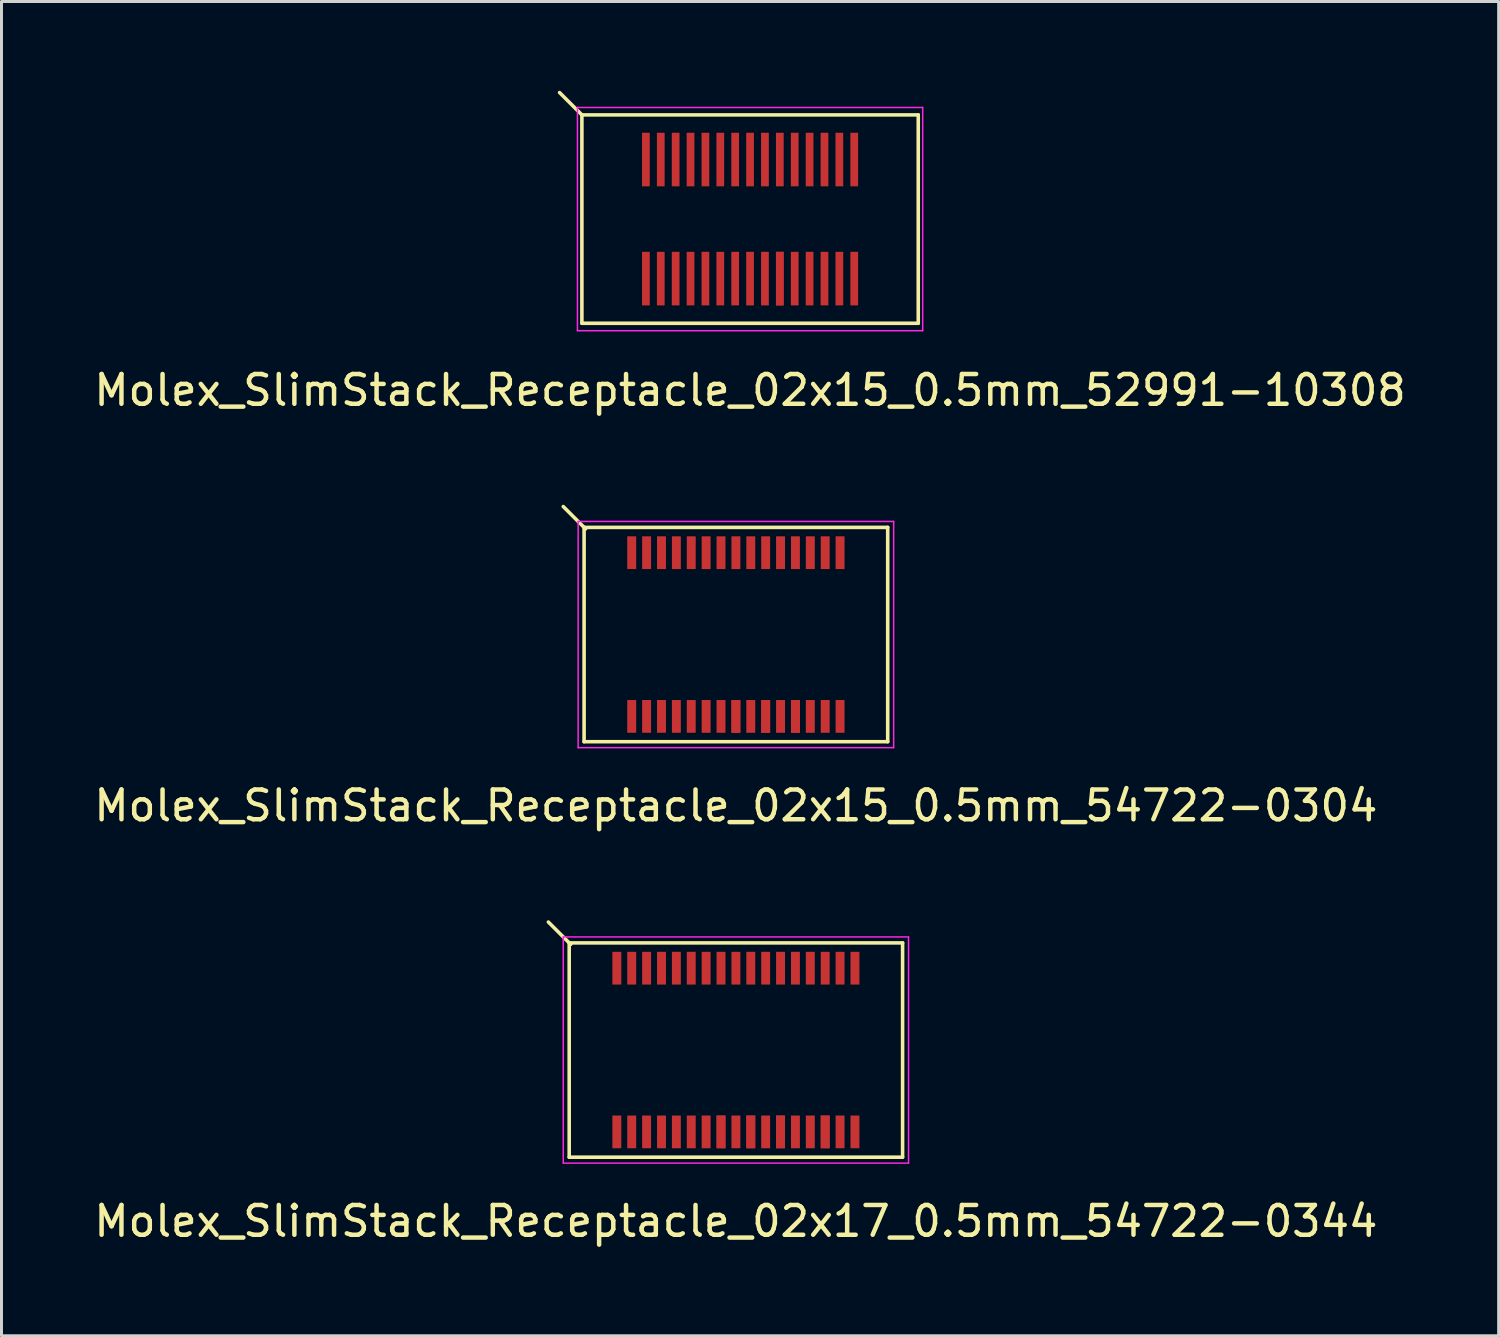
<source format=kicad_pcb>
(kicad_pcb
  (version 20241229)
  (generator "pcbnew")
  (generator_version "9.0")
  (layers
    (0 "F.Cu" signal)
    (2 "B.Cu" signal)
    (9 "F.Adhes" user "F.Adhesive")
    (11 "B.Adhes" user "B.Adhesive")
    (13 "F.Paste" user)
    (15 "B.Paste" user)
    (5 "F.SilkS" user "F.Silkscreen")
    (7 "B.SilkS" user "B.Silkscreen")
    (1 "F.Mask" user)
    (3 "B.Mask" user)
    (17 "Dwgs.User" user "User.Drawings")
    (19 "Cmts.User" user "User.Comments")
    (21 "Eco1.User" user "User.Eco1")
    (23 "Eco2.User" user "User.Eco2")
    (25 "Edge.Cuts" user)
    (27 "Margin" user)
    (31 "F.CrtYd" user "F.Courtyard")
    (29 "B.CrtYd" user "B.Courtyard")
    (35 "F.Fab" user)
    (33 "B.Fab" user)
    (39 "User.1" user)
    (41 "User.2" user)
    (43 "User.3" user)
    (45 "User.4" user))
  (footprint "Molex_SlimStack_Receptacle_02x17_0.5mm_54722-0344"
    (layer "F.Cu")
    (at 21.673 32.227)
    (property "Reference" "Molex_SlimStack_Receptacle_02x17_0.5mm_54722-0344" (at 0 5.75 0) (layer "F.SilkS") (effects (font (size 1 1) (thickness 0.15))))
    (attr smd)
    (fp_line (start -5.6 -3.6) (end -5.6 3.6) (stroke (width 0.12) (type solid)) (layer "F.SilkS"))
    (fp_line (start -5.6 3.6) (end 5.6 3.6) (stroke (width 0.12) (type solid)) (layer "F.SilkS"))
    (fp_line (start -5.55 -3.55) (end -6.3 -4.3) (stroke (width 0.12) (type solid)) (layer "F.SilkS"))
    (fp_line (start 5.6 -3.6) (end -5.6 -3.6) (stroke (width 0.12) (type solid)) (layer "F.SilkS"))
    (fp_line (start 5.6 3.6) (end 5.6 -3.6) (stroke (width 0.12) (type solid)) (layer "F.SilkS"))
    (fp_line (start -5.8 -3.8) (end -5.8 3.8) (stroke (width 0.05) (type solid)) (layer "F.CrtYd"))
    (fp_line (start -5.8 3.8) (end 5.8 3.8) (stroke (width 0.05) (type solid)) (layer "F.CrtYd"))
    (fp_line (start 5.8 -3.8) (end -5.8 -3.8) (stroke (width 0.05) (type solid)) (layer "F.CrtYd"))
    (fp_line (start 5.8 3.8) (end 5.8 -3.8) (stroke (width 0.05) (type solid)) (layer "F.CrtYd"))
    (pad "1" smd rect (at -4 -2.75) (size 0.3 1.1) (layers "F.Cu" "F.Mask" "F.Paste"))
    (pad "2" smd rect (at -4 2.75) (size 0.3 1.1) (layers "F.Cu" "F.Mask" "F.Paste"))
    (pad "3" smd rect (at -3.5 -2.75) (size 0.3 1.1) (layers "F.Cu" "F.Mask" "F.Paste"))
    (pad "4" smd rect (at -3.5 2.75) (size 0.3 1.1) (layers "F.Cu" "F.Mask" "F.Paste"))
    (pad "5" smd rect (at -3 -2.75) (size 0.3 1.1) (layers "F.Cu" "F.Mask" "F.Paste"))
    (pad "6" smd rect (at -3 2.75) (size 0.3 1.1) (layers "F.Cu" "F.Mask" "F.Paste"))
    (pad "7" smd rect (at -2.5 -2.75) (size 0.3 1.1) (layers "F.Cu" "F.Mask" "F.Paste"))
    (pad "8" smd rect (at -2.5 2.75) (size 0.3 1.1) (layers "F.Cu" "F.Mask" "F.Paste"))
    (pad "9" smd rect (at -2 -2.75) (size 0.3 1.1) (layers "F.Cu" "F.Mask" "F.Paste"))
    (pad "10" smd rect (at -2 2.75) (size 0.3 1.1) (layers "F.Cu" "F.Mask" "F.Paste"))
    (pad "11" smd rect (at -1.5 -2.75) (size 0.3 1.1) (layers "F.Cu" "F.Mask" "F.Paste"))
    (pad "12" smd rect (at -1.5 2.75) (size 0.3 1.1) (layers "F.Cu" "F.Mask" "F.Paste"))
    (pad "13" smd rect (at -1 -2.75) (size 0.3 1.1) (layers "F.Cu" "F.Mask" "F.Paste"))
    (pad "14" smd rect (at -1 2.75) (size 0.3 1.1) (layers "F.Cu" "F.Mask" "F.Paste"))
    (pad "15" smd rect (at -0.5 -2.75) (size 0.3 1.1) (layers "F.Cu" "F.Mask" "F.Paste"))
    (pad "16" smd rect (at -0.5 2.75) (size 0.3 1.1) (layers "F.Cu" "F.Mask" "F.Paste"))
    (pad "16" smd rect (at -0.5 2.75) (size 0.3 1.1) (layers "F.Cu" "F.Mask" "F.Paste"))
    (pad "17" smd rect (at 0 -2.75) (size 0.3 1.1) (layers "F.Cu" "F.Mask" "F.Paste"))
    (pad "18" smd rect (at 0 2.75) (size 0.3 1.1) (layers "F.Cu" "F.Mask" "F.Paste"))
    (pad "19" smd rect (at 0.5 -2.75) (size 0.3 1.1) (layers "F.Cu" "F.Mask" "F.Paste"))
    (pad "20" smd rect (at 0.5 2.75) (size 0.3 1.1) (layers "F.Cu" "F.Mask" "F.Paste"))
    (pad "20" smd rect (at 0.5 2.75) (size 0.3 1.1) (layers "F.Cu" "F.Mask" "F.Paste"))
    (pad "21" smd rect (at 1 -2.75) (size 0.3 1.1) (layers "F.Cu" "F.Mask" "F.Paste"))
    (pad "22" smd rect (at 1 2.75) (size 0.3 1.1) (layers "F.Cu" "F.Mask" "F.Paste"))
    (pad "23" smd rect (at 1.5 -2.75) (size 0.3 1.1) (layers "F.Cu" "F.Mask" "F.Paste"))
    (pad "24" smd rect (at 1.5 2.75) (size 0.3 1.1) (layers "F.Cu" "F.Mask" "F.Paste"))
    (pad "24" smd rect (at 1.5 2.75) (size 0.3 1.1) (layers "F.Cu" "F.Mask" "F.Paste"))
    (pad "25" smd rect (at 2 -2.75) (size 0.3 1.1) (layers "F.Cu" "F.Mask" "F.Paste"))
    (pad "26" smd rect (at 2 2.75) (size 0.3 1.1) (layers "F.Cu" "F.Mask" "F.Paste"))
    (pad "27" smd rect (at 2.5 -2.75) (size 0.3 1.1) (layers "F.Cu" "F.Mask" "F.Paste"))
    (pad "28" smd rect (at 2.5 2.75) (size 0.3 1.1) (layers "F.Cu" "F.Mask" "F.Paste"))
    (pad "29" smd rect (at 3 -2.75) (size 0.3 1.1) (layers "F.Cu" "F.Mask" "F.Paste"))
    (pad "30" smd rect (at 3 2.75) (size 0.3 1.1) (layers "F.Cu" "F.Mask" "F.Paste"))
    (pad "30" smd rect (at 3 2.75) (size 0.3 1.1) (layers "F.Cu" "F.Mask" "F.Paste"))
    (pad "31" smd rect (at 3.5 -2.75) (size 0.3 1.1) (layers "F.Cu" "F.Mask" "F.Paste"))
    (pad "32" smd rect (at 3.5 2.75) (size 0.3 1.1) (layers "F.Cu" "F.Mask" "F.Paste"))
    (pad "33" smd rect (at 4 -2.75) (size 0.3 1.1) (layers "F.Cu" "F.Mask" "F.Paste"))
    (pad "34" smd rect (at 4 2.75) (size 0.3 1.1) (layers "F.Cu" "F.Mask" "F.Paste")))
  (footprint "Molex_SlimStack_Receptacle_02x15_0.5mm_52991-10308"
    (layer "F.Cu")
    (at 22.149 4.31)
    (property "Reference" "Molex_SlimStack_Receptacle_02x15_0.5mm_52991-10308" (at 0 5.75 0) (layer "F.SilkS") (effects (font (size 1 1) (thickness 0.15))))
    (attr smd)
    (fp_line (start -5.65 -3.5) (end -6.4 -4.25) (stroke (width 0.12) (type solid)) (layer "F.SilkS"))
    (fp_line (start -5.65 -3.5) (end -5.65 3.5) (stroke (width 0.12) (type solid)) (layer "F.SilkS"))
    (fp_line (start -5.65 3.5) (end 5.65 3.5) (stroke (width 0.12) (type solid)) (layer "F.SilkS"))
    (fp_line (start 5.65 -3.5) (end -5.65 -3.5) (stroke (width 0.12) (type solid)) (layer "F.SilkS"))
    (fp_line (start 5.65 3.5) (end 5.65 -3.5) (stroke (width 0.12) (type solid)) (layer "F.SilkS"))
    (fp_line (start -5.8 -3.75) (end -5.8 3.75) (stroke (width 0.05) (type solid)) (layer "F.CrtYd"))
    (fp_line (start -5.8 3.75) (end 5.8 3.75) (stroke (width 0.05) (type solid)) (layer "F.CrtYd"))
    (fp_line (start 5.8 -3.75) (end -5.8 -3.75) (stroke (width 0.05) (type solid)) (layer "F.CrtYd"))
    (fp_line (start 5.8 3.75) (end 5.8 -3.75) (stroke (width 0.05) (type solid)) (layer "F.CrtYd"))
    (pad "1" smd rect (at -3.5 -2) (size 0.26 1.8) (layers "F.Cu" "F.Mask" "F.Paste"))
    (pad "2" smd rect (at -3.5 2) (size 0.26 1.8) (layers "F.Cu" "F.Mask" "F.Paste"))
    (pad "3" smd rect (at -3 -2) (size 0.26 1.8) (layers "F.Cu" "F.Mask" "F.Paste"))
    (pad "4" smd rect (at -3 2) (size 0.26 1.8) (layers "F.Cu" "F.Mask" "F.Paste"))
    (pad "5" smd rect (at -2.5 -2) (size 0.26 1.8) (layers "F.Cu" "F.Mask" "F.Paste"))
    (pad "6" smd rect (at -2.5 2) (size 0.26 1.8) (layers "F.Cu" "F.Mask" "F.Paste"))
    (pad "7" smd rect (at -2 -2) (size 0.26 1.8) (layers "F.Cu" "F.Mask" "F.Paste"))
    (pad "8" smd rect (at -2 2) (size 0.26 1.8) (layers "F.Cu" "F.Mask" "F.Paste"))
    (pad "9" smd rect (at -1.5 -2) (size 0.26 1.8) (layers "F.Cu" "F.Mask" "F.Paste"))
    (pad "10" smd rect (at -1.5 2) (size 0.26 1.8) (layers "F.Cu" "F.Mask" "F.Paste"))
    (pad "11" smd rect (at -1 -2) (size 0.26 1.8) (layers "F.Cu" "F.Mask" "F.Paste"))
    (pad "12" smd rect (at -1 2) (size 0.26 1.8) (layers "F.Cu" "F.Mask" "F.Paste"))
    (pad "13" smd rect (at -0.5 -2) (size 0.26 1.8) (layers "F.Cu" "F.Mask" "F.Paste"))
    (pad "14" smd rect (at -0.5 2) (size 0.26 1.8) (layers "F.Cu" "F.Mask" "F.Paste"))
    (pad "15" smd rect (at 0 -2) (size 0.26 1.8) (layers "F.Cu" "F.Mask" "F.Paste"))
    (pad "16" smd rect (at 0 2) (size 0.26 1.8) (layers "F.Cu" "F.Mask" "F.Paste"))
    (pad "17" smd rect (at 0.5 -2) (size 0.26 1.8) (layers "F.Cu" "F.Mask" "F.Paste"))
    (pad "18" smd rect (at 0.5 2) (size 0.26 1.8) (layers "F.Cu" "F.Mask" "F.Paste"))
    (pad "19" smd rect (at 1 -2) (size 0.26 1.8) (layers "F.Cu" "F.Mask" "F.Paste"))
    (pad "20" smd rect (at 1 2) (size 0.26 1.8) (layers "F.Cu" "F.Mask" "F.Paste"))
    (pad "20" smd rect (at 1 2) (size 0.26 1.8) (layers "F.Cu" "F.Mask" "F.Paste"))
    (pad "21" smd rect (at 1.5 -2) (size 0.26 1.8) (layers "F.Cu" "F.Mask" "F.Paste"))
    (pad "22" smd rect (at 1.5 2) (size 0.26 1.8) (layers "F.Cu" "F.Mask" "F.Paste"))
    (pad "23" smd rect (at 2 -2) (size 0.26 1.8) (layers "F.Cu" "F.Mask" "F.Paste"))
    (pad "24" smd rect (at 2 2) (size 0.26 1.8) (layers "F.Cu" "F.Mask" "F.Paste"))
    (pad "25" smd rect (at 2.5 -2) (size 0.26 1.8) (layers "F.Cu" "F.Mask" "F.Paste"))
    (pad "26" smd rect (at 2.5 2) (size 0.26 1.8) (layers "F.Cu" "F.Mask" "F.Paste"))
    (pad "27" smd rect (at 3 -2) (size 0.26 1.8) (layers "F.Cu" "F.Mask" "F.Paste"))
    (pad "28" smd rect (at 3 2) (size 0.26 1.8) (layers "F.Cu" "F.Mask" "F.Paste"))
    (pad "29" smd rect (at 3.5 -2) (size 0.26 1.8) (layers "F.Cu" "F.Mask" "F.Paste"))
    (pad "30" smd rect (at 3.5 2) (size 0.26 1.8) (layers "F.Cu" "F.Mask" "F.Paste")))
  (footprint "Molex_SlimStack_Receptacle_02x15_0.5mm_54722-0304"
    (layer "F.Cu")
    (at 21.673 18.268)
    (property "Reference" "Molex_SlimStack_Receptacle_02x15_0.5mm_54722-0304" (at 0 5.75 0) (layer "F.SilkS") (effects (font (size 1 1) (thickness 0.15))))
    (attr smd)
    (fp_line (start -5.1 -3.6) (end -5.1 3.6) (stroke (width 0.12) (type solid)) (layer "F.SilkS"))
    (fp_line (start -5.1 3.6) (end 5.1 3.6) (stroke (width 0.12) (type solid)) (layer "F.SilkS"))
    (fp_line (start -5.05 -3.55) (end -5.8 -4.3) (stroke (width 0.12) (type solid)) (layer "F.SilkS"))
    (fp_line (start 5.1 -3.6) (end -5.1 -3.6) (stroke (width 0.12) (type solid)) (layer "F.SilkS"))
    (fp_line (start 5.1 3.6) (end 5.1 -3.6) (stroke (width 0.12) (type solid)) (layer "F.SilkS"))
    (fp_line (start -5.3 -3.8) (end -5.3 3.8) (stroke (width 0.05) (type solid)) (layer "F.CrtYd"))
    (fp_line (start -5.3 3.8) (end 5.3 3.8) (stroke (width 0.05) (type solid)) (layer "F.CrtYd"))
    (fp_line (start 5.3 -3.8) (end -5.3 -3.8) (stroke (width 0.05) (type solid)) (layer "F.CrtYd"))
    (fp_line (start 5.3 3.8) (end 5.3 -3.8) (stroke (width 0.05) (type solid)) (layer "F.CrtYd"))
    (pad "1" smd rect (at -3.5 -2.75) (size 0.3 1.1) (layers "F.Cu" "F.Mask" "F.Paste"))
    (pad "2" smd rect (at -3.5 2.75) (size 0.3 1.1) (layers "F.Cu" "F.Mask" "F.Paste"))
    (pad "3" smd rect (at -3 -2.75) (size 0.3 1.1) (layers "F.Cu" "F.Mask" "F.Paste"))
    (pad "4" smd rect (at -3 2.75) (size 0.3 1.1) (layers "F.Cu" "F.Mask" "F.Paste"))
    (pad "5" smd rect (at -2.5 -2.75) (size 0.3 1.1) (layers "F.Cu" "F.Mask" "F.Paste"))
    (pad "6" smd rect (at -2.5 2.75) (size 0.3 1.1) (layers "F.Cu" "F.Mask" "F.Paste"))
    (pad "7" smd rect (at -2 -2.75) (size 0.3 1.1) (layers "F.Cu" "F.Mask" "F.Paste"))
    (pad "8" smd rect (at -2 2.75) (size 0.3 1.1) (layers "F.Cu" "F.Mask" "F.Paste"))
    (pad "9" smd rect (at -1.5 -2.75) (size 0.3 1.1) (layers "F.Cu" "F.Mask" "F.Paste"))
    (pad "10" smd rect (at -1.5 2.75) (size 0.3 1.1) (layers "F.Cu" "F.Mask" "F.Paste"))
    (pad "11" smd rect (at -1 -2.75) (size 0.3 1.1) (layers "F.Cu" "F.Mask" "F.Paste"))
    (pad "12" smd rect (at -1 2.75) (size 0.3 1.1) (layers "F.Cu" "F.Mask" "F.Paste"))
    (pad "13" smd rect (at -0.5 -2.75) (size 0.3 1.1) (layers "F.Cu" "F.Mask" "F.Paste"))
    (pad "14" smd rect (at -0.5 2.75) (size 0.3 1.1) (layers "F.Cu" "F.Mask" "F.Paste"))
    (pad "15" smd rect (at 0 -2.75) (size 0.3 1.1) (layers "F.Cu" "F.Mask" "F.Paste"))
    (pad "16" smd rect (at 0 2.75) (size 0.3 1.1) (layers "F.Cu" "F.Mask" "F.Paste"))
    (pad "16" smd rect (at 0 2.75) (size 0.3 1.1) (layers "F.Cu" "F.Mask" "F.Paste"))
    (pad "17" smd rect (at 0.5 -2.75) (size 0.3 1.1) (layers "F.Cu" "F.Mask" "F.Paste"))
    (pad "18" smd rect (at 0.5 2.75) (size 0.3 1.1) (layers "F.Cu" "F.Mask" "F.Paste"))
    (pad "19" smd rect (at 1 -2.75) (size 0.3 1.1) (layers "F.Cu" "F.Mask" "F.Paste"))
    (pad "20" smd rect (at 1 2.75) (size 0.3 1.1) (layers "F.Cu" "F.Mask" "F.Paste"))
    (pad "20" smd rect (at 1 2.75) (size 0.3 1.1) (layers "F.Cu" "F.Mask" "F.Paste"))
    (pad "21" smd rect (at 1.5 -2.75) (size 0.3 1.1) (layers "F.Cu" "F.Mask" "F.Paste"))
    (pad "22" smd rect (at 1.5 2.75) (size 0.3 1.1) (layers "F.Cu" "F.Mask" "F.Paste"))
    (pad "23" smd rect (at 2 -2.75) (size 0.3 1.1) (layers "F.Cu" "F.Mask" "F.Paste"))
    (pad "24" smd rect (at 2 2.75) (size 0.3 1.1) (layers "F.Cu" "F.Mask" "F.Paste"))
    (pad "24" smd rect (at 2 2.75) (size 0.3 1.1) (layers "F.Cu" "F.Mask" "F.Paste"))
    (pad "25" smd rect (at 2.5 -2.75) (size 0.3 1.1) (layers "F.Cu" "F.Mask" "F.Paste"))
    (pad "26" smd rect (at 2.5 2.75) (size 0.3 1.1) (layers "F.Cu" "F.Mask" "F.Paste"))
    (pad "27" smd rect (at 3 -2.75) (size 0.3 1.1) (layers "F.Cu" "F.Mask" "F.Paste"))
    (pad "28" smd rect (at 3 2.75) (size 0.3 1.1) (layers "F.Cu" "F.Mask" "F.Paste"))
    (pad "29" smd rect (at 3.5 -2.75) (size 0.3 1.1) (layers "F.Cu" "F.Mask" "F.Paste"))
    (pad "30" smd rect (at 3.5 2.75) (size 0.3 1.1) (layers "F.Cu" "F.Mask" "F.Paste")))
  (gr_rect
    (start -3 -3)
    (end 47.298 41.825)
    (stroke (width 0.1) (type default))
    (fill no)
    (layer "Edge.Cuts")))
</source>
